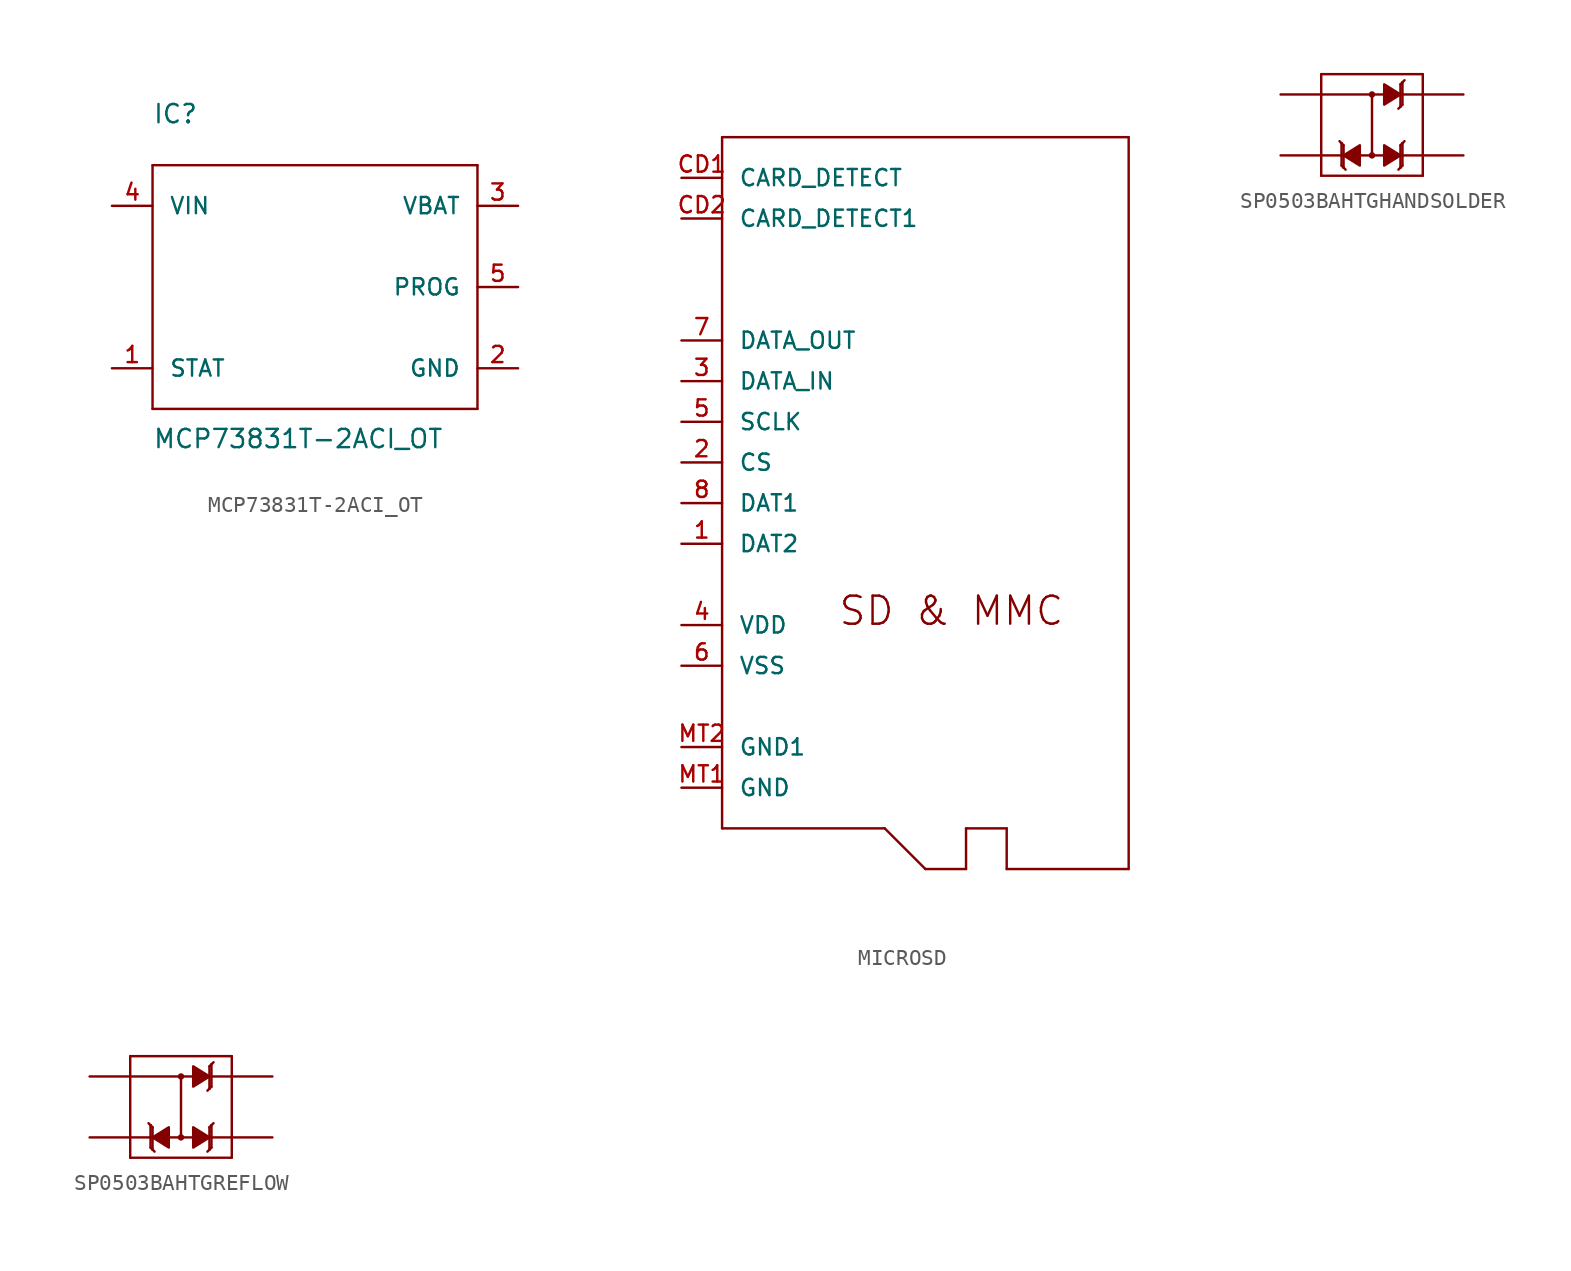
<source format=kicad_sym>
(kicad_symbol_lib
  (version 20211014)
  (generator kicad_symbol_editor)
  (symbol "MCP73831T-2ACI_OT"
    (pin_names
      (offset 1.016))
    (property "Reference" "IC"
      (at -10.16 10.16 0)
      (effects (font (size 1.143 1.143)) (justify left bottom)))
    (property "Value" "MCP73831T-2ACI_OT"
      (at -10.16 -10.16 0)
      (effects (font (size 1.143 1.143)) (justify left bottom)))
    (property "ki_locked" ""
      (at 0 0 0)
      (effects (font (size 1.27 1.27))))
    (symbol "MCP73831T-2ACI_OT_1_0"
      (polyline (pts (xy -10.16 -7.62) (xy 10.16 -7.62)) (stroke (width 0) (type default) (color 0 0 0 0)) (fill (type none)))
      (polyline (pts (xy -10.16 7.62) (xy -10.16 -7.62)) (stroke (width 0) (type default) (color 0 0 0 0)) (fill (type none)))
      (polyline (pts (xy 10.16 -7.62) (xy 10.16 7.62)) (stroke (width 0) (type default) (color 0 0 0 0)) (fill (type none)))
      (polyline (pts (xy 10.16 7.62) (xy -10.16 7.62)) (stroke (width 0) (type default) (color 0 0 0 0)) (fill (type none))))
    (symbol "MCP73831T-2ACI_OT_1_1"
      (pin output line (at -12.7 -5.08 0) (length 2.54) (name "STAT" (effects (font (size 1.016 1.016)))) (number "1" (effects (font (size 1.016 1.016)))))
      (pin power_in line (at 12.7 -5.08 180) (length 2.54) (name "GND" (effects (font (size 1.016 1.016)))) (number "2" (effects (font (size 1.016 1.016)))))
      (pin passive line (at 12.7 5.08 180) (length 2.54) (name "VBAT" (effects (font (size 1.016 1.016)))) (number "3" (effects (font (size 1.016 1.016)))))
      (pin power_in line (at -12.7 5.08 0) (length 2.54) (name "VIN" (effects (font (size 1.016 1.016)))) (number "4" (effects (font (size 1.016 1.016)))))
      (pin passive line (at 12.7 0 180) (length 2.54) (name "PROG" (effects (font (size 1.016 1.016)))) (number "5" (effects (font (size 1.016 1.016)))))))
  (symbol "MICROSD"
    (pin_names
      (offset 1.016))
    (property "Reference" "M"
      (at 0 0 0)
      (effects (font (size 1.143 1.143)) hide))
    (property "ki_locked" ""
      (at 0 0 0)
      (effects (font (size 1.27 1.27))))
    (symbol "MICROSD_1_0"
      (polyline (pts (xy -15.24 -22.86) (xy -5.08 -22.86)) (stroke (width 0) (type default) (color 0 0 0 0)) (fill (type none)))
      (polyline (pts (xy -15.24 20.32) (xy -15.24 -22.86)) (stroke (width 0) (type default) (color 0 0 0 0)) (fill (type none)))
      (polyline (pts (xy -5.08 -22.86) (xy -2.54 -25.4)) (stroke (width 0) (type default) (color 0 0 0 0)) (fill (type none)))
      (polyline (pts (xy -2.54 -25.4) (xy 0 -25.4)) (stroke (width 0) (type default) (color 0 0 0 0)) (fill (type none)))
      (polyline (pts (xy 0 -25.4) (xy 0 -22.86)) (stroke (width 0) (type default) (color 0 0 0 0)) (fill (type none)))
      (polyline (pts (xy 0 -22.86) (xy 2.54 -22.86)) (stroke (width 0) (type default) (color 0 0 0 0)) (fill (type none)))
      (polyline (pts (xy 2.54 -25.4) (xy 10.16 -25.4)) (stroke (width 0) (type default) (color 0 0 0 0)) (fill (type none)))
      (polyline (pts (xy 2.54 -22.86) (xy 2.54 -25.4)) (stroke (width 0) (type default) (color 0 0 0 0)) (fill (type none)))
      (polyline (pts (xy 10.16 -25.4) (xy 10.16 20.32)) (stroke (width 0) (type default) (color 0 0 0 0)) (fill (type none)))
      (polyline (pts (xy 10.16 20.32) (xy -15.24 20.32)) (stroke (width 0) (type default) (color 0 0 0 0)) (fill (type none)))
      (text "SD & MMC" (at -0.914 -9.271 0) (effects (font (size 1.753 1.753)))))
    (symbol "MICROSD_1_1"
      (pin bidirectional line (at -17.78 -5.08 0) (length 2.54) (name "DAT2" (effects (font (size 1.016 1.016)))) (number "1" (effects (font (size 1.016 1.016)))))
      (pin input line (at -17.78 0 0) (length 2.54) (name "CS" (effects (font (size 1.016 1.016)))) (number "2" (effects (font (size 1.016 1.016)))))
      (pin input line (at -17.78 5.08 0) (length 2.54) (name "DATA_IN" (effects (font (size 1.016 1.016)))) (number "3" (effects (font (size 1.016 1.016)))))
      (pin power_out line (at -17.78 -10.16 0) (length 2.54) (name "VDD" (effects (font (size 1.016 1.016)))) (number "4" (effects (font (size 1.016 1.016)))))
      (pin input line (at -17.78 2.54 0) (length 2.54) (name "SCLK" (effects (font (size 1.016 1.016)))) (number "5" (effects (font (size 1.016 1.016)))))
      (pin power_out line (at -17.78 -12.7 0) (length 2.54) (name "VSS" (effects (font (size 1.016 1.016)))) (number "6" (effects (font (size 1.016 1.016)))))
      (pin output line (at -17.78 7.62 0) (length 2.54) (name "DATA_OUT" (effects (font (size 1.016 1.016)))) (number "7" (effects (font (size 1.016 1.016)))))
      (pin bidirectional line (at -17.78 -2.54 0) (length 2.54) (name "DAT1" (effects (font (size 1.016 1.016)))) (number "8" (effects (font (size 1.016 1.016)))))
      (pin passive line (at -17.78 17.78 0) (length 2.54) (name "CARD_DETECT" (effects (font (size 1.016 1.016)))) (number "CD1" (effects (font (size 1.016 1.016)))))
      (pin passive line (at -17.78 15.24 0) (length 2.54) (name "CARD_DETECT1" (effects (font (size 1.016 1.016)))) (number "CD2" (effects (font (size 1.016 1.016)))))
      (pin power_out line (at -17.78 -20.32 0) (length 2.54) (name "GND" (effects (font (size 1.016 1.016)))) (number "MT1" (effects (font (size 1.016 1.016)))))
      (pin power_out line (at -17.78 -17.78 0) (length 2.54) (name "GND1" (effects (font (size 1.016 1.016)))) (number "MT2" (effects (font (size 1.016 1.016)))))))
  (symbol "SP0503BAHTGHANDSOLDER"
    (pin_numbers hide)
    (pin_names
      (offset 1.016) hide)
    (property "Reference" "U"
      (at 0 0 0)
      (effects (font (size 1.143 1.143)) hide))
    (property "ki_locked" ""
      (at 0 0 0)
      (effects (font (size 1.27 1.27))))
    (symbol "SP0503BAHTGHANDSOLDER_1_0"
      (polyline (pts (xy -3.81 -3.81) (xy -3.81 -2.54)) (stroke (width 0) (type default) (color 0 0 0 0)) (fill (type none)))
      (polyline (pts (xy -3.81 -2.54) (xy -3.81 1.27)) (stroke (width 0) (type default) (color 0 0 0 0)) (fill (type none)))
      (polyline (pts (xy -3.81 -2.54) (xy -2.54 -2.54)) (stroke (width 0) (type default) (color 0 0 0 0)) (fill (type none)))
      (polyline (pts (xy -3.81 1.27) (xy -3.81 2.54)) (stroke (width 0) (type default) (color 0 0 0 0)) (fill (type none)))
      (polyline (pts (xy -3.81 1.27) (xy 0.127 1.27)) (stroke (width 0) (type default) (color 0 0 0 0)) (fill (type none)))
      (polyline (pts (xy -3.81 2.54) (xy 2.54 2.54)) (stroke (width 0) (type default) (color 0 0 0 0)) (fill (type none)))
      (polyline (pts (xy -2.54 -3.175) (xy -2.413 -3.302)) (stroke (width 0) (type default) (color 0 0 0 0)) (fill (type none)))
      (polyline (pts (xy -2.54 -2.54) (xy -2.54 -3.175)) (stroke (width 0) (type default) (color 0 0 0 0)) (fill (type none)))
      (polyline (pts (xy -2.54 -1.778) (xy -2.667 -1.651)) (stroke (width 0) (type default) (color 0 0 0 0)) (fill (type none)))
      (polyline (pts (xy -2.54 -1.778) (xy -2.54 -2.54)) (stroke (width 0) (type default) (color 0 0 0 0)) (fill (type none)))
      (polyline (pts (xy -2.413 -3.302) (xy -2.286 -3.429)) (stroke (width 0) (type default) (color 0 0 0 0)) (fill (type none)))
      (polyline (pts (xy -2.413 -1.905) (xy -2.54 -1.778)) (stroke (width 0) (type default) (color 0 0 0 0)) (fill (type none)))
      (polyline (pts (xy -2.413 -1.905) (xy -2.413 -3.302)) (stroke (width 0) (type default) (color 0 0 0 0)) (fill (type none)))
      (polyline (pts (xy -0.635 1.143) (xy -0.635 -2.54)) (stroke (width 0) (type default) (color 0 0 0 0)) (fill (type none)))
      (polyline (pts (xy 0.254 -2.54) (xy -1.524 -2.54)) (stroke (width 0) (type default) (color 0 0 0 0)) (fill (type none)))
      (polyline (pts (xy 1.143 -3.302) (xy 1.016 -3.429)) (stroke (width 0) (type default) (color 0 0 0 0)) (fill (type none)))
      (polyline (pts (xy 1.143 -1.905) (xy 1.143 -3.302)) (stroke (width 0) (type default) (color 0 0 0 0)) (fill (type none)))
      (polyline (pts (xy 1.143 -1.905) (xy 1.27 -1.778)) (stroke (width 0) (type default) (color 0 0 0 0)) (fill (type none)))
      (polyline (pts (xy 1.143 0.508) (xy 1.016 0.381)) (stroke (width 0) (type default) (color 0 0 0 0)) (fill (type none)))
      (polyline (pts (xy 1.143 1.905) (xy 1.143 0.508)) (stroke (width 0) (type default) (color 0 0 0 0)) (fill (type none)))
      (polyline (pts (xy 1.143 1.905) (xy 1.27 2.032)) (stroke (width 0) (type default) (color 0 0 0 0)) (fill (type none)))
      (polyline (pts (xy 1.27 -3.175) (xy 1.143 -3.302)) (stroke (width 0) (type default) (color 0 0 0 0)) (fill (type none)))
      (polyline (pts (xy 1.27 -2.54) (xy 1.27 -3.175)) (stroke (width 0) (type default) (color 0 0 0 0)) (fill (type none)))
      (polyline (pts (xy 1.27 -1.778) (xy 1.27 -2.54)) (stroke (width 0) (type default) (color 0 0 0 0)) (fill (type none)))
      (polyline (pts (xy 1.27 -1.778) (xy 1.397 -1.651)) (stroke (width 0) (type default) (color 0 0 0 0)) (fill (type none)))
      (polyline (pts (xy 1.27 0.635) (xy 1.143 0.508)) (stroke (width 0) (type default) (color 0 0 0 0)) (fill (type none)))
      (polyline (pts (xy 1.27 1.27) (xy 1.27 0.635)) (stroke (width 0) (type default) (color 0 0 0 0)) (fill (type none)))
      (polyline (pts (xy 1.27 2.032) (xy 1.27 1.27)) (stroke (width 0) (type default) (color 0 0 0 0)) (fill (type none)))
      (polyline (pts (xy 1.27 2.032) (xy 1.397 2.159)) (stroke (width 0) (type default) (color 0 0 0 0)) (fill (type none)))
      (polyline (pts (xy 2.54 -3.81) (xy -3.81 -3.81)) (stroke (width 0) (type default) (color 0 0 0 0)) (fill (type none)))
      (polyline (pts (xy 2.54 -2.54) (xy 1.27 -2.54)) (stroke (width 0) (type default) (color 0 0 0 0)) (fill (type none)))
      (polyline (pts (xy 2.54 -2.54) (xy 2.54 -3.81)) (stroke (width 0) (type default) (color 0 0 0 0)) (fill (type none)))
      (polyline (pts (xy 2.54 1.27) (xy 1.27 1.27)) (stroke (width 0) (type default) (color 0 0 0 0)) (fill (type none)))
      (polyline (pts (xy 2.54 1.27) (xy 2.54 -2.54)) (stroke (width 0) (type default) (color 0 0 0 0)) (fill (type none)))
      (polyline (pts (xy 2.54 2.54) (xy 2.54 1.27)) (stroke (width 0) (type default) (color 0 0 0 0)) (fill (type none))))
    (symbol "SP0503BAHTGHANDSOLDER_1_1"
      (circle (center -0.635 -2.54) (radius 0.127) (stroke (width 0) (type default) (color 0 0 0 0)) (fill (type outline)))
      (circle (center -0.635 1.27) (radius 0.127) (stroke (width 0) (type default) (color 0 0 0 0)) (fill (type outline)))
      (polyline (pts (xy -1.397 -1.905) (xy -1.397 -3.175) (xy -1.397 -3.175) (xy -2.413 -2.54) (xy -2.413 -2.54) (xy -1.397 -1.905)) (stroke (width 0) (type default) (color 0 0 0 0)) (fill (type outline)))
      (polyline (pts (xy 0.127 -1.905) (xy 0.127 -3.175) (xy 0.127 -3.175) (xy 1.143 -2.54) (xy 1.143 -2.54) (xy 0.127 -1.905)) (stroke (width 0) (type default) (color 0 0 0 0)) (fill (type outline)))
      (polyline (pts (xy 0.127 1.905) (xy 0.127 0.635) (xy 0.127 0.635) (xy 1.143 1.27) (xy 1.143 1.27) (xy 0.127 1.905)) (stroke (width 0) (type default) (color 0 0 0 0)) (fill (type outline)))
      (pin bidirectional line (at -6.35 1.27 0) (length 2.54) (name "P$1" (effects (font (size 1.016 1.016)))) (number "1" (effects (font (size 1.016 1.016)))))
      (pin bidirectional line (at -6.35 -2.54 0) (length 2.54) (name "P$2" (effects (font (size 1.016 1.016)))) (number "2" (effects (font (size 1.016 1.016)))))
      (pin bidirectional line (at 5.08 -2.54 180) (length 2.54) (name "P$3" (effects (font (size 1.016 1.016)))) (number "3" (effects (font (size 1.016 1.016)))))
      (pin bidirectional line (at 5.08 1.27 180) (length 2.54) (name "P$4" (effects (font (size 1.016 1.016)))) (number "4" (effects (font (size 1.016 1.016)))))))
  (symbol "SP0503BAHTGREFLOW"
    (pin_numbers hide)
    (pin_names
      (offset 1.016) hide)
    (property "Reference" "U"
      (at 0 0 0)
      (effects (font (size 1.143 1.143)) hide))
    (property "ki_locked" ""
      (at 0 0 0)
      (effects (font (size 1.27 1.27))))
    (symbol "SP0503BAHTGREFLOW_1_0"
      (polyline (pts (xy -3.81 -3.81) (xy -3.81 -2.54)) (stroke (width 0) (type default) (color 0 0 0 0)) (fill (type none)))
      (polyline (pts (xy -3.81 -2.54) (xy -3.81 1.27)) (stroke (width 0) (type default) (color 0 0 0 0)) (fill (type none)))
      (polyline (pts (xy -3.81 -2.54) (xy -2.54 -2.54)) (stroke (width 0) (type default) (color 0 0 0 0)) (fill (type none)))
      (polyline (pts (xy -3.81 1.27) (xy -3.81 2.54)) (stroke (width 0) (type default) (color 0 0 0 0)) (fill (type none)))
      (polyline (pts (xy -3.81 1.27) (xy 0.127 1.27)) (stroke (width 0) (type default) (color 0 0 0 0)) (fill (type none)))
      (polyline (pts (xy -3.81 2.54) (xy 2.54 2.54)) (stroke (width 0) (type default) (color 0 0 0 0)) (fill (type none)))
      (polyline (pts (xy -2.54 -3.175) (xy -2.413 -3.302)) (stroke (width 0) (type default) (color 0 0 0 0)) (fill (type none)))
      (polyline (pts (xy -2.54 -2.54) (xy -2.54 -3.175)) (stroke (width 0) (type default) (color 0 0 0 0)) (fill (type none)))
      (polyline (pts (xy -2.54 -1.778) (xy -2.667 -1.651)) (stroke (width 0) (type default) (color 0 0 0 0)) (fill (type none)))
      (polyline (pts (xy -2.54 -1.778) (xy -2.54 -2.54)) (stroke (width 0) (type default) (color 0 0 0 0)) (fill (type none)))
      (polyline (pts (xy -2.413 -3.302) (xy -2.286 -3.429)) (stroke (width 0) (type default) (color 0 0 0 0)) (fill (type none)))
      (polyline (pts (xy -2.413 -1.905) (xy -2.54 -1.778)) (stroke (width 0) (type default) (color 0 0 0 0)) (fill (type none)))
      (polyline (pts (xy -2.413 -1.905) (xy -2.413 -3.302)) (stroke (width 0) (type default) (color 0 0 0 0)) (fill (type none)))
      (polyline (pts (xy -0.635 1.143) (xy -0.635 -2.54)) (stroke (width 0) (type default) (color 0 0 0 0)) (fill (type none)))
      (polyline (pts (xy 0.254 -2.54) (xy -1.524 -2.54)) (stroke (width 0) (type default) (color 0 0 0 0)) (fill (type none)))
      (polyline (pts (xy 1.143 -3.302) (xy 1.016 -3.429)) (stroke (width 0) (type default) (color 0 0 0 0)) (fill (type none)))
      (polyline (pts (xy 1.143 -1.905) (xy 1.143 -3.302)) (stroke (width 0) (type default) (color 0 0 0 0)) (fill (type none)))
      (polyline (pts (xy 1.143 -1.905) (xy 1.27 -1.778)) (stroke (width 0) (type default) (color 0 0 0 0)) (fill (type none)))
      (polyline (pts (xy 1.143 0.508) (xy 1.016 0.381)) (stroke (width 0) (type default) (color 0 0 0 0)) (fill (type none)))
      (polyline (pts (xy 1.143 1.905) (xy 1.143 0.508)) (stroke (width 0) (type default) (color 0 0 0 0)) (fill (type none)))
      (polyline (pts (xy 1.143 1.905) (xy 1.27 2.032)) (stroke (width 0) (type default) (color 0 0 0 0)) (fill (type none)))
      (polyline (pts (xy 1.27 -3.175) (xy 1.143 -3.302)) (stroke (width 0) (type default) (color 0 0 0 0)) (fill (type none)))
      (polyline (pts (xy 1.27 -2.54) (xy 1.27 -3.175)) (stroke (width 0) (type default) (color 0 0 0 0)) (fill (type none)))
      (polyline (pts (xy 1.27 -1.778) (xy 1.27 -2.54)) (stroke (width 0) (type default) (color 0 0 0 0)) (fill (type none)))
      (polyline (pts (xy 1.27 -1.778) (xy 1.397 -1.651)) (stroke (width 0) (type default) (color 0 0 0 0)) (fill (type none)))
      (polyline (pts (xy 1.27 0.635) (xy 1.143 0.508)) (stroke (width 0) (type default) (color 0 0 0 0)) (fill (type none)))
      (polyline (pts (xy 1.27 1.27) (xy 1.27 0.635)) (stroke (width 0) (type default) (color 0 0 0 0)) (fill (type none)))
      (polyline (pts (xy 1.27 2.032) (xy 1.27 1.27)) (stroke (width 0) (type default) (color 0 0 0 0)) (fill (type none)))
      (polyline (pts (xy 1.27 2.032) (xy 1.397 2.159)) (stroke (width 0) (type default) (color 0 0 0 0)) (fill (type none)))
      (polyline (pts (xy 2.54 -3.81) (xy -3.81 -3.81)) (stroke (width 0) (type default) (color 0 0 0 0)) (fill (type none)))
      (polyline (pts (xy 2.54 -2.54) (xy 1.27 -2.54)) (stroke (width 0) (type default) (color 0 0 0 0)) (fill (type none)))
      (polyline (pts (xy 2.54 -2.54) (xy 2.54 -3.81)) (stroke (width 0) (type default) (color 0 0 0 0)) (fill (type none)))
      (polyline (pts (xy 2.54 1.27) (xy 1.27 1.27)) (stroke (width 0) (type default) (color 0 0 0 0)) (fill (type none)))
      (polyline (pts (xy 2.54 1.27) (xy 2.54 -2.54)) (stroke (width 0) (type default) (color 0 0 0 0)) (fill (type none)))
      (polyline (pts (xy 2.54 2.54) (xy 2.54 1.27)) (stroke (width 0) (type default) (color 0 0 0 0)) (fill (type none))))
    (symbol "SP0503BAHTGREFLOW_1_1"
      (circle (center -0.635 -2.54) (radius 0.127) (stroke (width 0) (type default) (color 0 0 0 0)) (fill (type outline)))
      (circle (center -0.635 1.27) (radius 0.127) (stroke (width 0) (type default) (color 0 0 0 0)) (fill (type outline)))
      (polyline (pts (xy -1.397 -1.905) (xy -1.397 -3.175) (xy -1.397 -3.175) (xy -2.413 -2.54) (xy -2.413 -2.54) (xy -1.397 -1.905)) (stroke (width 0) (type default) (color 0 0 0 0)) (fill (type outline)))
      (polyline (pts (xy 0.127 -1.905) (xy 0.127 -3.175) (xy 0.127 -3.175) (xy 1.143 -2.54) (xy 1.143 -2.54) (xy 0.127 -1.905)) (stroke (width 0) (type default) (color 0 0 0 0)) (fill (type outline)))
      (polyline (pts (xy 0.127 1.905) (xy 0.127 0.635) (xy 0.127 0.635) (xy 1.143 1.27) (xy 1.143 1.27) (xy 0.127 1.905)) (stroke (width 0) (type default) (color 0 0 0 0)) (fill (type outline)))
      (pin bidirectional line (at -6.35 1.27 0) (length 2.54) (name "P$1" (effects (font (size 1.016 1.016)))) (number "1" (effects (font (size 1.016 1.016)))))
      (pin bidirectional line (at -6.35 -2.54 0) (length 2.54) (name "P$2" (effects (font (size 1.016 1.016)))) (number "2" (effects (font (size 1.016 1.016)))))
      (pin bidirectional line (at 5.08 -2.54 180) (length 2.54) (name "P$3" (effects (font (size 1.016 1.016)))) (number "3" (effects (font (size 1.016 1.016)))))
      (pin bidirectional line (at 5.08 1.27 180) (length 2.54) (name "P$4" (effects (font (size 1.016 1.016)))) (number "4" (effects (font (size 1.016 1.016))))))))
</source>
